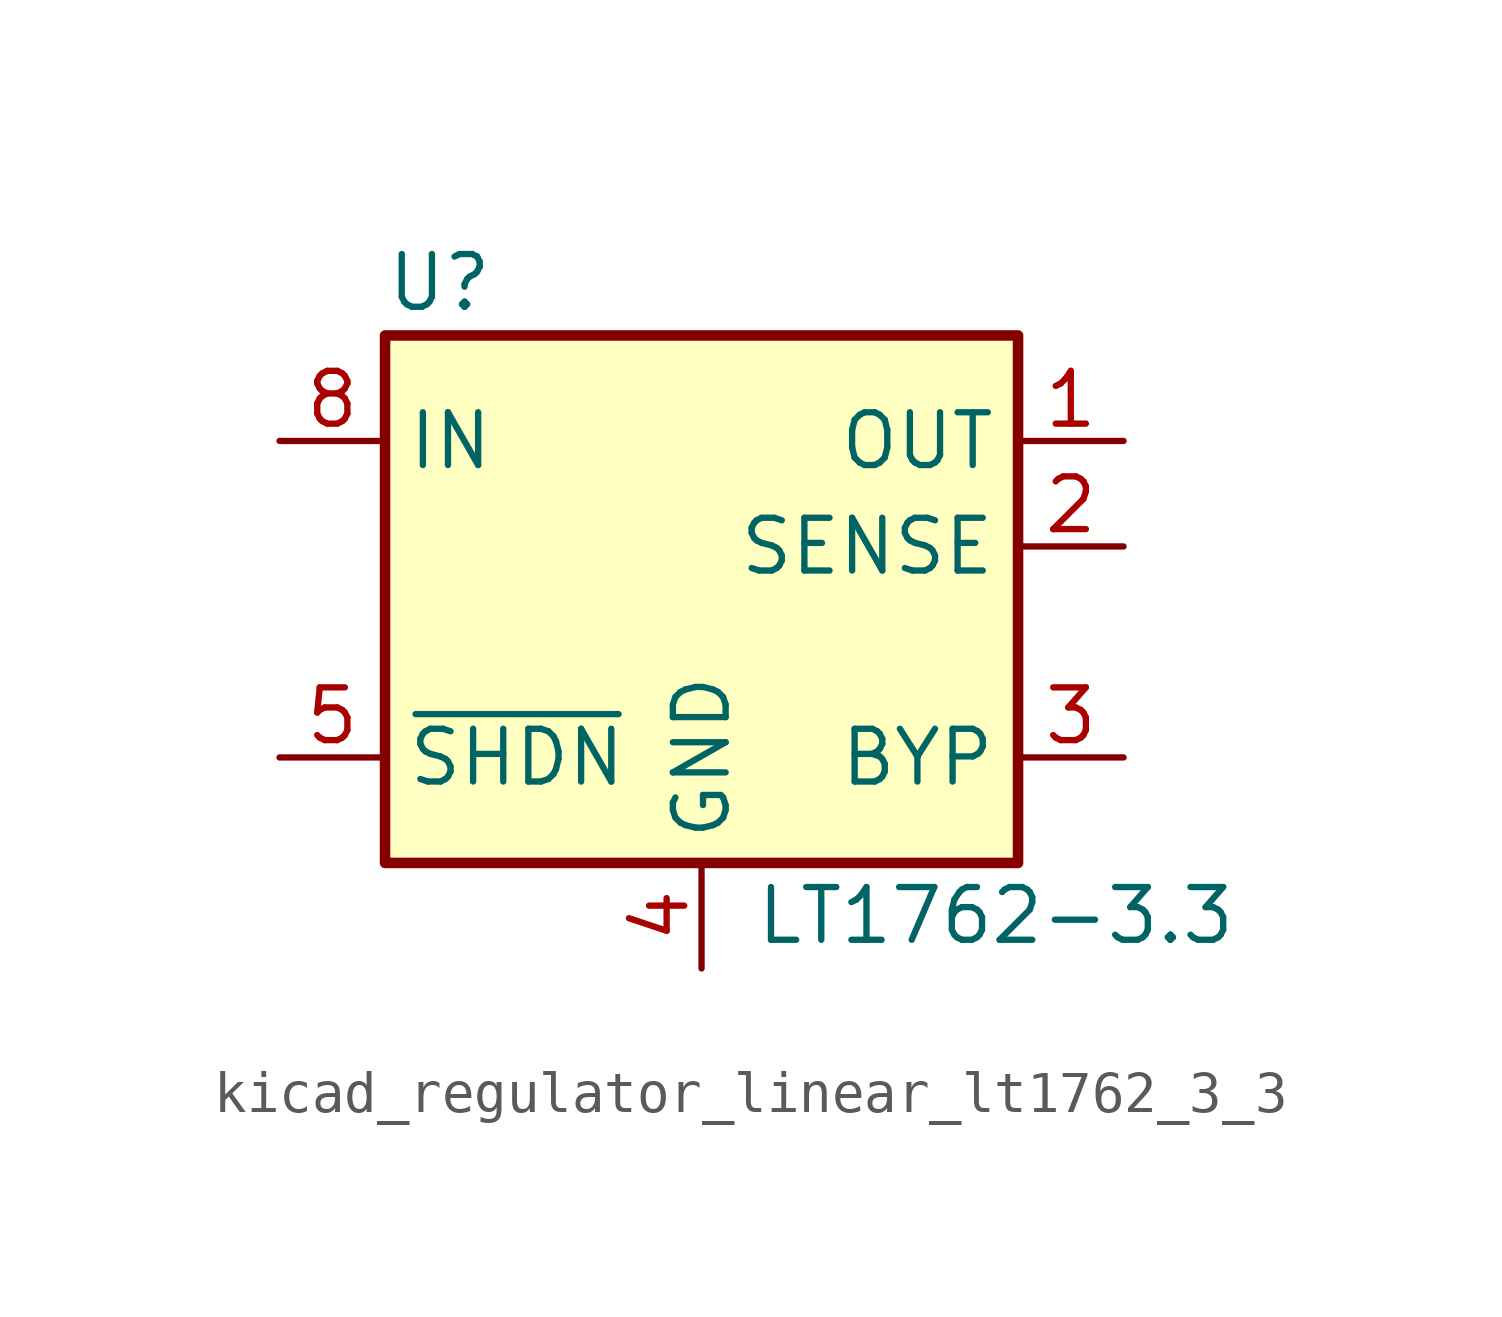
<source format=kicad_sym>
(kicad_symbol_lib
  (version 20220914)
  (generator kicad_symbol_editor)
  (symbol "kicad_regulator_linear_lt1762_3_3"
    (property "Reference" "U"
      (at -7.62 8.89 0)
      (effects (font (size 1.27 1.27)) (justify left)))
    (property "Value" "LT1762-3.3"
      (at 1.27 -6.35 0)
      (effects (font (size 1.27 1.27)) (justify left)))
    (symbol "kicad_regulator_linear_lt1762_3_3_0_1"
      (rectangle (start -7.62 7.62) (end 7.62 -5.08) (stroke (width 0.254) (type default)) (fill (type background))))
    (symbol "kicad_regulator_linear_lt1762_3_3_1_1"
      (pin power_out line (at 10.16 5.08 180) (length 2.54) (name "OUT" (effects (font (size 1.27 1.27)))) (number "1" (effects (font (size 1.27 1.27)))))
      (pin input line (at 10.16 2.54 180) (length 2.54) (name "SENSE" (effects (font (size 1.27 1.27)))) (number "2" (effects (font (size 1.27 1.27)))))
      (pin passive line (at 10.16 -2.54 180) (length 2.54) (name "BYP" (effects (font (size 1.27 1.27)))) (number "3" (effects (font (size 1.27 1.27)))))
      (pin power_in line (at 0 -7.62 90) (length 2.54) (name "GND" (effects (font (size 1.27 1.27)))) (number "4" (effects (font (size 1.27 1.27)))))
      (pin input line (at -10.16 -2.54 0) (length 2.54) (name "~{SHDN}" (effects (font (size 1.27 1.27)))) (number "5" (effects (font (size 1.27 1.27)))))
      (pin no_connect line (at 2.54 5.08 90) (length 2.54) hide (name "NC" (effects (font (size 1.27 1.27)))) (number "6" (effects (font (size 1.27 1.27)))))
      (pin no_connect line (at 2.54 2.54 90) (length 2.54) hide (name "NC" (effects (font (size 1.27 1.27)))) (number "7" (effects (font (size 1.27 1.27)))))
      (pin power_in line (at -10.16 5.08 0) (length 2.54) (name "IN" (effects (font (size 1.27 1.27)))) (number "8" (effects (font (size 1.27 1.27))))))))
</source>
